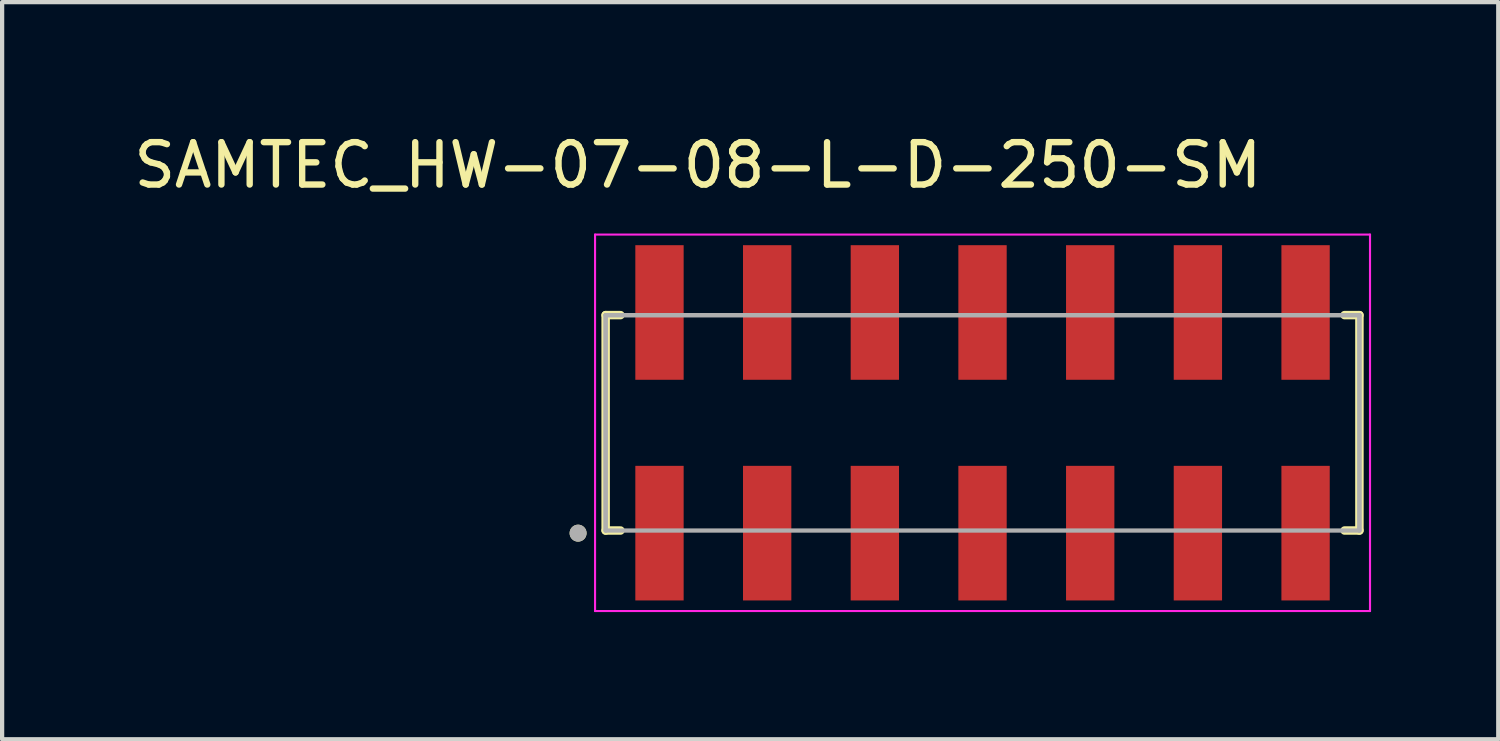
<source format=kicad_pcb>
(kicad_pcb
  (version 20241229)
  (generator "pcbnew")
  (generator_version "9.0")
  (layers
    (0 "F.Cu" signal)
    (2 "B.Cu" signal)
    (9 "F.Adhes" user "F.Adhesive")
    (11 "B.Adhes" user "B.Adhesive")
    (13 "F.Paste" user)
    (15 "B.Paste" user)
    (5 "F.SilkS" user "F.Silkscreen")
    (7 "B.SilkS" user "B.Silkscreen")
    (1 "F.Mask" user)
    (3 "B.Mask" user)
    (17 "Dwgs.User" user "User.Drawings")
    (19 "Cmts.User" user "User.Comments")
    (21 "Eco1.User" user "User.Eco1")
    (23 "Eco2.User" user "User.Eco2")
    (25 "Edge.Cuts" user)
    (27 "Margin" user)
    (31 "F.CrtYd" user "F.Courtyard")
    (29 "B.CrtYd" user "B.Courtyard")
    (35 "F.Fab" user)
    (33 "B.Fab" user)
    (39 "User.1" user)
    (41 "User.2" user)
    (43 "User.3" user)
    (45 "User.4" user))
  (footprint "SAMTEC_HW-07-08-L-D-250-SM"
    (layer "F.Cu")
    (at 12.506 9.526)
    (property "Reference" "SAMTEC_HW-07-08-L-D-250-SM" (at 0.905 -8.678 0) (layer "F.SilkS") (effects (font (size 1 1) (thickness 0.15))))
    (attr smd)
    (fp_line (start -1.27 -5.143) (end -0.92 -5.143) (stroke (width 0.2) (type solid)) (layer "F.SilkS"))
    (fp_line (start -1.27 -0.062) (end -1.27 -5.143) (stroke (width 0.2) (type solid)) (layer "F.SilkS"))
    (fp_line (start -0.92 -0.062) (end -1.27 -0.062) (stroke (width 0.2) (type solid)) (layer "F.SilkS"))
    (fp_line (start 16.16 -5.143) (end 16.51 -5.143) (stroke (width 0.2) (type solid)) (layer "F.SilkS"))
    (fp_line (start 16.16 -0.062) (end 16.51 -0.062) (stroke (width 0.2) (type solid)) (layer "F.SilkS"))
    (fp_line (start 16.51 -5.143) (end 16.51 -0.062) (stroke (width 0.2) (type solid)) (layer "F.SilkS"))
    (fp_circle (center -1.92 0) (end -1.82 0) (stroke (width 0.2) (type solid)) (fill no) (layer "F.SilkS"))
    (fp_line (start -1.52 -7.043) (end 16.76 -7.043) (stroke (width 0.05) (type solid)) (layer "F.CrtYd"))
    (fp_line (start -1.52 1.837) (end -1.52 -7.043) (stroke (width 0.05) (type solid)) (layer "F.CrtYd"))
    (fp_line (start 16.76 -7.043) (end 16.76 1.837) (stroke (width 0.05) (type solid)) (layer "F.CrtYd"))
    (fp_line (start 16.76 1.837) (end -1.52 1.837) (stroke (width 0.05) (type solid)) (layer "F.CrtYd"))
    (fp_line (start -1.27 -5.143) (end 16.51 -5.143) (stroke (width 0.1) (type solid)) (layer "F.Fab"))
    (fp_line (start -1.27 -5.143) (end 16.51 -5.143) (stroke (width 0.1) (type solid)) (layer "F.Fab"))
    (fp_line (start -1.27 -0.062) (end -1.27 -5.143) (stroke (width 0.1) (type solid)) (layer "F.Fab"))
    (fp_line (start -1.27 -0.062) (end -1.27 -5.143) (stroke (width 0.1) (type solid)) (layer "F.Fab"))
    (fp_line (start 16.51 -5.143) (end 16.51 -0.062) (stroke (width 0.1) (type solid)) (layer "F.Fab"))
    (fp_line (start 16.51 -5.143) (end 16.51 -0.062) (stroke (width 0.1) (type solid)) (layer "F.Fab"))
    (fp_line (start 16.51 -0.062) (end -1.27 -0.062) (stroke (width 0.1) (type solid)) (layer "F.Fab"))
    (fp_circle (center -1.92 0) (end -1.82 0) (stroke (width 0.2) (type solid)) (fill no) (layer "F.Fab"))
    (pad "01" smd rect (at 0 0) (size 1.14 3.175) (layers "F.Cu" "F.Mask" "F.Paste"))
    (pad "02" smd rect (at 0 -5.205) (size 1.14 3.175) (layers "F.Cu" "F.Mask" "F.Paste"))
    (pad "03" smd rect (at 2.54 0) (size 1.14 3.175) (layers "F.Cu" "F.Mask" "F.Paste"))
    (pad "04" smd rect (at 2.54 -5.205) (size 1.14 3.175) (layers "F.Cu" "F.Mask" "F.Paste"))
    (pad "05" smd rect (at 5.08 0) (size 1.14 3.175) (layers "F.Cu" "F.Mask" "F.Paste"))
    (pad "06" smd rect (at 5.08 -5.205) (size 1.14 3.175) (layers "F.Cu" "F.Mask" "F.Paste"))
    (pad "07" smd rect (at 7.62 0) (size 1.14 3.175) (layers "F.Cu" "F.Mask" "F.Paste"))
    (pad "08" smd rect (at 7.62 -5.205) (size 1.14 3.175) (layers "F.Cu" "F.Mask" "F.Paste"))
    (pad "09" smd rect (at 10.16 0) (size 1.14 3.175) (layers "F.Cu" "F.Mask" "F.Paste"))
    (pad "10" smd rect (at 10.16 -5.205) (size 1.14 3.175) (layers "F.Cu" "F.Mask" "F.Paste"))
    (pad "11" smd rect (at 12.7 0) (size 1.14 3.175) (layers "F.Cu" "F.Mask" "F.Paste"))
    (pad "12" smd rect (at 12.7 -5.205) (size 1.14 3.175) (layers "F.Cu" "F.Mask" "F.Paste"))
    (pad "13" smd rect (at 15.24 0) (size 1.14 3.175) (layers "F.Cu" "F.Mask" "F.Paste"))
    (pad "14" smd rect (at 15.24 -5.205) (size 1.14 3.175) (layers "F.Cu" "F.Mask" "F.Paste")))
  (gr_rect
    (start -3 -3)
    (end 32.291 14.388)
    (stroke (width 0.1) (type default))
    (fill no)
    (layer "Edge.Cuts")))
</source>
